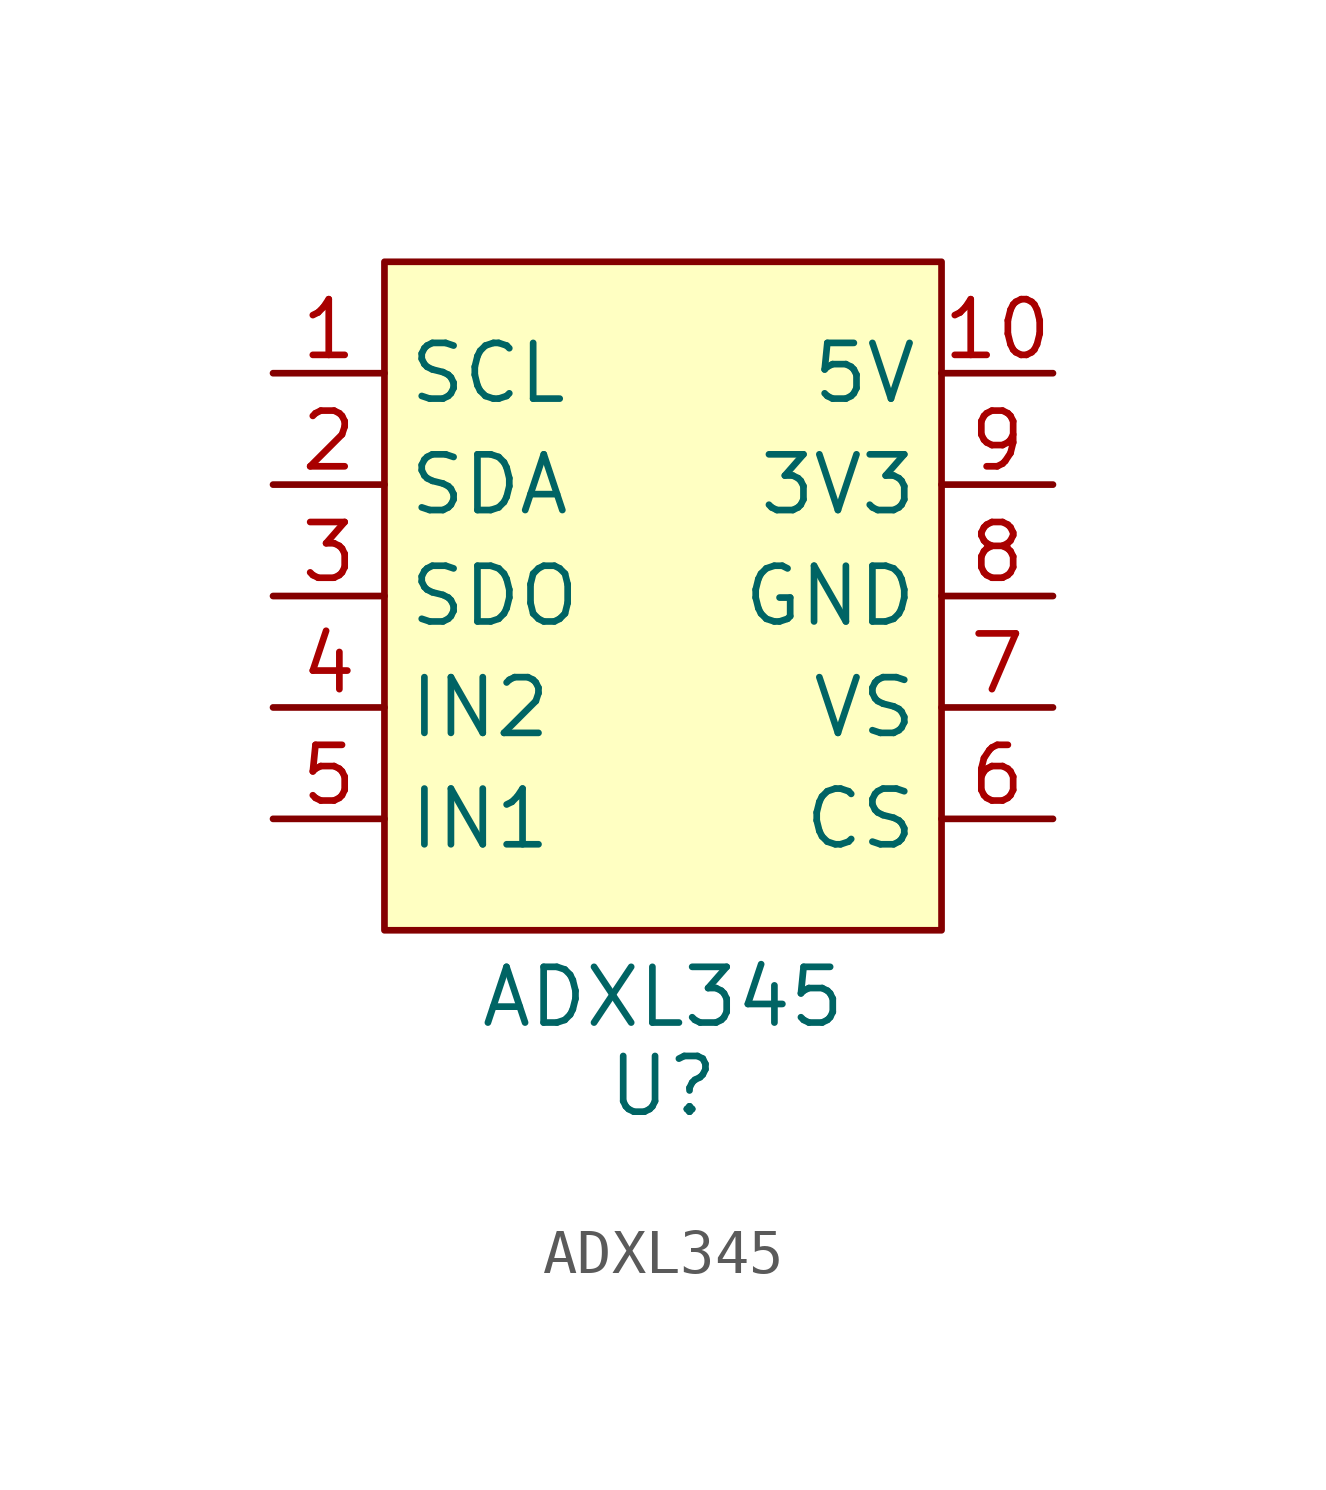
<source format=kicad_sym>
(kicad_symbol_lib
  (version 20231120)
  (generator "kicad_symbol_editor")
  (generator_version "8.0")
  (symbol "ADXL345"
    (property "Reference" "U"
      (at 0 -11.176 0)
      (effects (font (size 1.27 1.27))))
    (property "Value" "ADXL345"
      (at 0 -9.144 0)
      (effects (font (size 1.27 1.27))))
    (symbol "ADXL345_1_1"
      (rectangle (start -6.35 7.62) (end 6.35 -7.62) (stroke (width 0) (type default)) (fill (type background)))
      (pin input line (at -8.89 5.08 0) (length 2.54) (name "SCL" (effects (font (size 1.27 1.27)))) (number "1" (effects (font (size 1.27 1.27)))))
      (pin power_in line (at 8.89 5.08 180) (length 2.54) (name "5V" (effects (font (size 1.27 1.27)))) (number "10" (effects (font (size 1.27 1.27)))))
      (pin bidirectional line (at -8.89 2.54 0) (length 2.54) (name "SDA" (effects (font (size 1.27 1.27)))) (number "2" (effects (font (size 1.27 1.27)))))
      (pin input line (at -8.89 0 0) (length 2.54) (name "SDO" (effects (font (size 1.27 1.27)))) (number "3" (effects (font (size 1.27 1.27)))))
      (pin output line (at -8.89 -2.54 0) (length 2.54) (name "IN2" (effects (font (size 1.27 1.27)))) (number "4" (effects (font (size 1.27 1.27)))))
      (pin output line (at -8.89 -5.08 0) (length 2.54) (name "IN1" (effects (font (size 1.27 1.27)))) (number "5" (effects (font (size 1.27 1.27)))))
      (pin input line (at 8.89 -5.08 180) (length 2.54) (name "CS" (effects (font (size 1.27 1.27)))) (number "6" (effects (font (size 1.27 1.27)))))
      (pin power_in line (at 8.89 -2.54 180) (length 2.54) (name "VS" (effects (font (size 1.27 1.27)))) (number "7" (effects (font (size 1.27 1.27)))))
      (pin power_in line (at 8.89 0 180) (length 2.54) (name "GND" (effects (font (size 1.27 1.27)))) (number "8" (effects (font (size 1.27 1.27)))))
      (pin power_in line (at 8.89 2.54 180) (length 2.54) (name "3V3" (effects (font (size 1.27 1.27)))) (number "9" (effects (font (size 1.27 1.27))))))))
</source>
